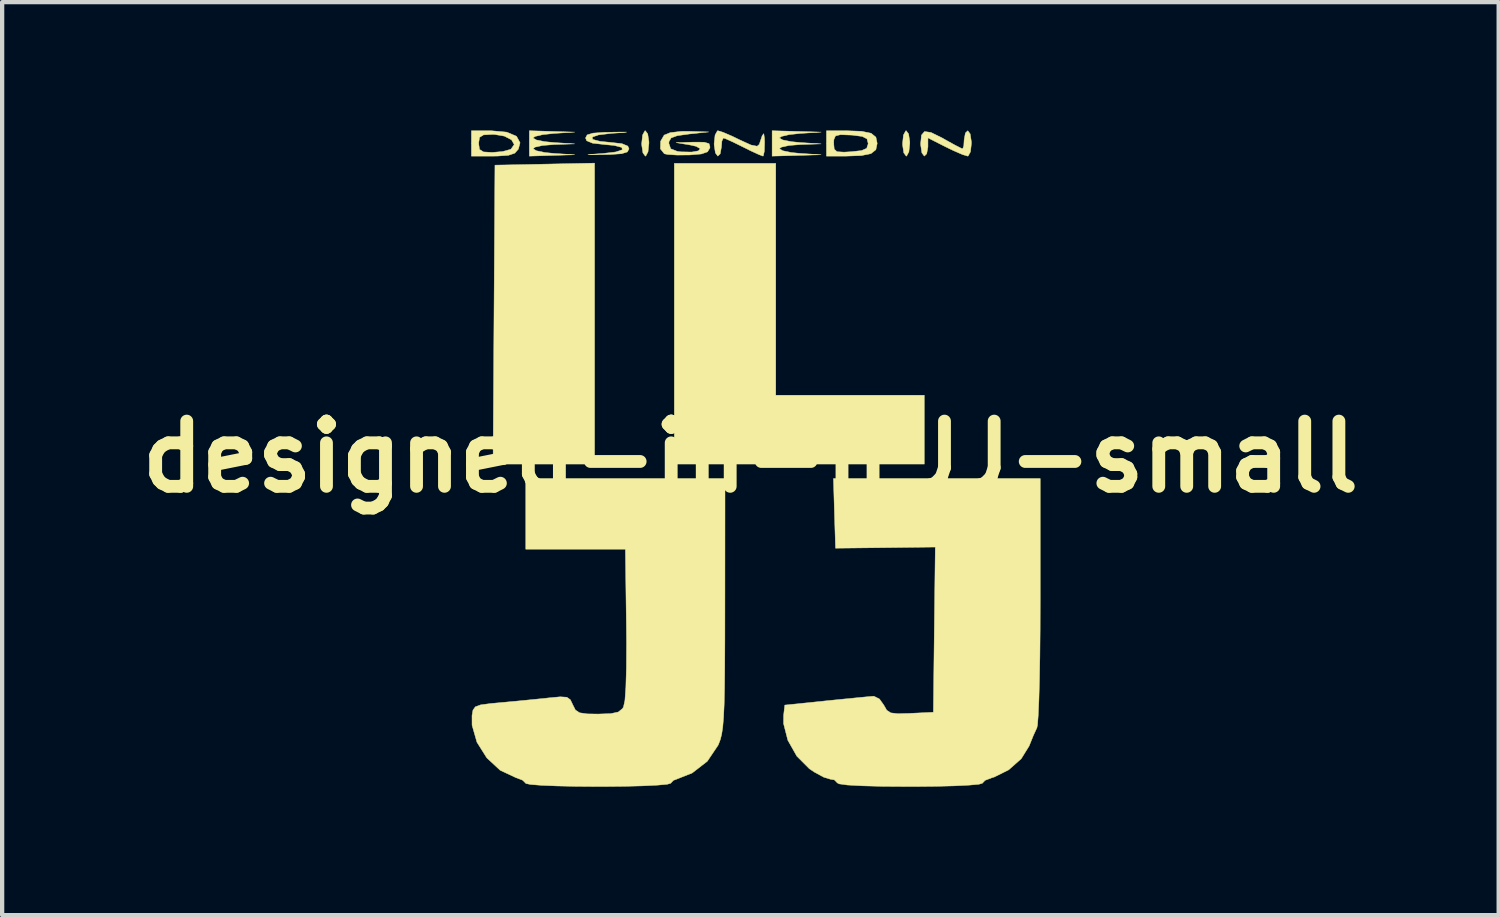
<source format=kicad_pcb>
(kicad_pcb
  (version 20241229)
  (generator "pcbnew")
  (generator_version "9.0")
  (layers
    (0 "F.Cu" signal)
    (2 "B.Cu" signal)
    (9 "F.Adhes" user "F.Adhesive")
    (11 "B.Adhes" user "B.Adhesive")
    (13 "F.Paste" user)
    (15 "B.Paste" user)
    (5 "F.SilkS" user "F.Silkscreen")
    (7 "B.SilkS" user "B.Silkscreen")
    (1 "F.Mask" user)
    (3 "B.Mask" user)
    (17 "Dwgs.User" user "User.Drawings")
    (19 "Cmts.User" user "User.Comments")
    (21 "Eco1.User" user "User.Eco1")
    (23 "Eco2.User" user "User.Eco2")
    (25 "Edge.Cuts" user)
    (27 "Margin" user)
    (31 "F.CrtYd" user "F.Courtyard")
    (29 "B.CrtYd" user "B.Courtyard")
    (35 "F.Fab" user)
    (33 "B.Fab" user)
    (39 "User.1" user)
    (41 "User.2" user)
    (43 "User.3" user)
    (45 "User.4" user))
  (footprint "designed-in-ILJJ-small"
    (layer "F.Cu")
    (at 14.485 7.625)
    (property "Reference" "designed-in-ILJJ-small" (at 0 0 0) (layer "F.SilkS") (effects (font (size 1.524 1.524) (thickness 0.3))))
    (attr through_hole)
    (fp_poly (pts (xy -3.641 0.169) (xy -6.013 0.169) (xy -5.969 -6.816) (xy -3.641 -6.863) (xy -3.641 0.169)) (stroke (width 0.01) (type solid)) (fill yes) (layer "F.SilkS"))
    (fp_poly (pts (xy 0.593 -1.439) (xy 4.064 -1.439) (xy 4.064 0.169) (xy -1.778 0.169) (xy -1.778 -6.858) (xy 0.593 -6.858) (xy 0.593 -1.439)) (stroke (width 0.01) (type solid)) (fill yes) (layer "F.SilkS"))
    (fp_poly (pts (xy -2.399 -7.546) (xy -2.371 -7.363) (xy -2.371 -7.324) (xy -2.392 -7.128) (xy -2.444 -7.03) (xy -2.455 -7.027) (xy -2.511 -7.102) (xy -2.539 -7.285) (xy -2.54 -7.324) (xy -2.519 -7.52) (xy -2.466 -7.617) (xy -2.455 -7.62) (xy -2.399 -7.546)) (stroke (width 0.01) (type solid)) (fill yes) (layer "F.SilkS"))
    (fp_poly (pts (xy 3.697 -7.546) (xy 3.725 -7.363) (xy 3.725 -7.324) (xy 3.704 -7.128) (xy 3.652 -7.03) (xy 3.641 -7.027) (xy 3.585 -7.102) (xy 3.557 -7.285) (xy 3.556 -7.324) (xy 3.577 -7.52) (xy 3.63 -7.617) (xy 3.641 -7.62) (xy 3.697 -7.546)) (stroke (width 0.01) (type solid)) (fill yes) (layer "F.SilkS"))
    (fp_poly (pts (xy 1.651 -7.588) (xy 1.164 -7.557) (xy 0.903 -7.529) (xy 0.726 -7.487) (xy 0.677 -7.451) (xy 0.754 -7.405) (xy 0.953 -7.365) (xy 1.164 -7.344) (xy 1.651 -7.313) (xy 1.164 -7.297) (xy 0.903 -7.276) (xy 0.726 -7.237) (xy 0.677 -7.201) (xy 0.754 -7.153) (xy 0.953 -7.111) (xy 1.164 -7.09) (xy 1.651 -7.059) (xy 0.508 -7.027) (xy 0.508 -7.62) (xy 1.651 -7.588)) (stroke (width 0.01) (type solid)) (fill yes) (layer "F.SilkS"))
    (fp_poly (pts (xy -4.636 -7.604) (xy -4.106 -7.588) (xy -4.593 -7.557) (xy -4.855 -7.529) (xy -5.031 -7.487) (xy -5.08 -7.451) (xy -5.003 -7.405) (xy -4.804 -7.365) (xy -4.593 -7.344) (xy -4.106 -7.313) (xy -4.593 -7.297) (xy -4.855 -7.276) (xy -5.032 -7.237) (xy -5.08 -7.201) (xy -5.003 -7.153) (xy -4.804 -7.111) (xy -4.593 -7.09) (xy -4.106 -7.059) (xy -4.636 -7.043) (xy -5.165 -7.027) (xy -5.165 -7.62) (xy -4.636 -7.604)) (stroke (width 0.01) (type solid)) (fill yes) (layer "F.SilkS"))
    (fp_poly (pts (xy 5.136 -7.546) (xy 5.164 -7.363) (xy 5.165 -7.324) (xy 5.143 -7.128) (xy 5.089 -7.03) (xy 5.077 -7.027) (xy 4.958 -7.063) (xy 4.744 -7.156) (xy 4.569 -7.24) (xy 4.149 -7.454) (xy 4.149 -7.24) (xy 4.12 -7.081) (xy 4.064 -7.027) (xy 4.008 -7.102) (xy 3.98 -7.285) (xy 3.979 -7.324) (xy 3.998 -7.518) (xy 4.07 -7.602) (xy 4.222 -7.579) (xy 4.479 -7.453) (xy 4.559 -7.407) (xy 4.777 -7.286) (xy 4.926 -7.21) (xy 4.962 -7.197) (xy 4.987 -7.269) (xy 4.995 -7.408) (xy 5.024 -7.567) (xy 5.08 -7.62) (xy 5.136 -7.546)) (stroke (width 0.01) (type solid)) (fill yes) (layer "F.SilkS"))
    (fp_poly (pts (xy -5.694 -7.587) (xy -5.465 -7.491) (xy -5.382 -7.339) (xy -5.422 -7.191) (xy -5.505 -7.096) (xy -5.654 -7.046) (xy -5.913 -7.028) (xy -6.014 -7.027) (xy -6.519 -7.027) (xy -6.519 -7.324) (xy -6.35 -7.324) (xy -6.33 -7.184) (xy -6.237 -7.125) (xy -6.032 -7.113) (xy -5.79 -7.134) (xy -5.61 -7.183) (xy -5.593 -7.192) (xy -5.519 -7.298) (xy -5.581 -7.407) (xy -5.748 -7.494) (xy -5.989 -7.535) (xy -6.022 -7.535) (xy -6.236 -7.523) (xy -6.329 -7.465) (xy -6.35 -7.33) (xy -6.35 -7.324) (xy -6.519 -7.324) (xy -6.519 -7.62) (xy -6.06 -7.62) (xy -5.694 -7.587)) (stroke (width 0.01) (type solid)) (fill yes) (layer "F.SilkS"))
    (fp_poly (pts (xy -0.64 -7.584) (xy -0.426 -7.492) (xy -0.249 -7.406) (xy 0.012 -7.287) (xy 0.157 -7.258) (xy 0.207 -7.3) (xy 0.276 -7.506) (xy 0.313 -7.552) (xy 0.329 -7.442) (xy 0.332 -7.345) (xy 0.326 -7.141) (xy 0.302 -7.033) (xy 0.294 -7.027) (xy 0.199 -7.063) (xy 0.003 -7.153) (xy -0.169 -7.239) (xy -0.407 -7.356) (xy -0.578 -7.433) (xy -0.632 -7.451) (xy -0.666 -7.378) (xy -0.677 -7.239) (xy -0.706 -7.08) (xy -0.762 -7.027) (xy -0.818 -7.102) (xy -0.846 -7.285) (xy -0.847 -7.324) (xy -0.825 -7.52) (xy -0.771 -7.617) (xy -0.759 -7.62) (xy -0.64 -7.584)) (stroke (width 0.01) (type solid)) (fill yes) (layer "F.SilkS"))
    (fp_poly (pts (xy 2.598 -7.607) (xy 2.821 -7.561) (xy 2.933 -7.47) (xy 2.963 -7.324) (xy 2.932 -7.176) (xy 2.819 -7.086) (xy 2.596 -7.04) (xy 2.237 -7.027) (xy 1.778 -7.027) (xy 1.778 -7.324) (xy 1.947 -7.324) (xy 1.959 -7.191) (xy 2.024 -7.13) (xy 2.186 -7.12) (xy 2.349 -7.129) (xy 2.597 -7.156) (xy 2.718 -7.209) (xy 2.751 -7.31) (xy 2.752 -7.324) (xy 2.725 -7.43) (xy 2.615 -7.487) (xy 2.383 -7.517) (xy 2.349 -7.519) (xy 2.107 -7.528) (xy 1.989 -7.5) (xy 1.951 -7.413) (xy 1.947 -7.324) (xy 1.778 -7.324) (xy 1.778 -7.62) (xy 2.237 -7.62) (xy 2.598 -7.607)) (stroke (width 0.01) (type solid)) (fill yes) (layer "F.SilkS"))
    (fp_poly (pts (xy -0.974 -7.592) (xy -1.439 -7.543) (xy -1.711 -7.504) (xy -1.852 -7.452) (xy -1.902 -7.367) (xy -1.905 -7.324) (xy -1.862 -7.198) (xy -1.707 -7.138) (xy -1.622 -7.127) (xy -1.371 -7.122) (xy -1.214 -7.15) (xy -1.172 -7.2) (xy -1.265 -7.255) (xy -1.397 -7.285) (xy -1.736 -7.342) (xy -1.327 -7.354) (xy -1.081 -7.352) (xy -0.966 -7.319) (xy -0.944 -7.241) (xy -0.947 -7.218) (xy -1.001 -7.127) (xy -1.145 -7.077) (xy -1.417 -7.054) (xy -1.44 -7.053) (xy -1.719 -7.052) (xy -1.934 -7.066) (xy -2.011 -7.082) (xy -2.103 -7.197) (xy -2.098 -7.375) (xy -2.015 -7.518) (xy -1.872 -7.576) (xy -1.616 -7.605) (xy -1.444 -7.606) (xy -0.974 -7.592)) (stroke (width 0.01) (type solid)) (fill yes) (layer "F.SilkS"))
    (fp_poly (pts (xy -2.892 -7.588) (xy -2.93 -7.582) (xy -3.124 -7.567) (xy -3.239 -7.56) (xy -3.547 -7.523) (xy -3.696 -7.472) (xy -3.685 -7.417) (xy -3.51 -7.371) (xy -3.281 -7.349) (xy -3.002 -7.318) (xy -2.864 -7.261) (xy -2.836 -7.197) (xy -2.875 -7.125) (xy -3.01 -7.083) (xy -3.274 -7.065) (xy -3.387 -7.062) (xy -3.674 -7.059) (xy -3.797 -7.059) (xy -3.759 -7.066) (xy -3.565 -7.08) (xy -3.45 -7.088) (xy -3.142 -7.125) (xy -2.992 -7.176) (xy -3.004 -7.23) (xy -3.179 -7.276) (xy -3.408 -7.298) (xy -3.687 -7.329) (xy -3.825 -7.386) (xy -3.852 -7.451) (xy -3.814 -7.523) (xy -3.679 -7.564) (xy -3.415 -7.583) (xy -3.302 -7.585) (xy -3.014 -7.589) (xy -2.892 -7.588)) (stroke (width 0.01) (type solid)) (fill yes) (layer "F.SilkS"))
    (fp_poly (pts (xy 6.773 3.345) (xy 6.771 4.027) (xy 6.765 4.659) (xy 6.755 5.22) (xy 6.742 5.689) (xy 6.726 6.044) (xy 6.709 6.266) (xy 6.696 6.33) (xy 6.613 6.511) (xy 6.518 6.747) (xy 6.514 6.757) (xy 6.329 7.055) (xy 6.036 7.315) (xy 5.698 7.483) (xy 5.652 7.496) (xy 5.483 7.561) (xy 5.419 7.629) (xy 5.338 7.652) (xy 5.113 7.672) (xy 4.769 7.689) (xy 4.331 7.7) (xy 3.824 7.705) (xy 3.725 7.705) (xy 3.103 7.701) (xy 2.613 7.688) (xy 2.266 7.669) (xy 2.072 7.642) (xy 2.032 7.62) (xy 1.962 7.549) (xy 1.875 7.535) (xy 1.717 7.488) (xy 1.494 7.367) (xy 1.377 7.288) (xy 1.085 6.995) (xy 0.875 6.623) (xy 0.775 6.233) (xy 0.776 6.046) (xy 0.804 5.801) (xy 1.778 5.701) (xy 2.177 5.661) (xy 2.522 5.627) (xy 2.773 5.603) (xy 2.886 5.594) (xy 3.016 5.659) (xy 3.119 5.804) (xy 3.186 5.921) (xy 3.28 5.983) (xy 3.447 6.003) (xy 3.736 5.995) (xy 3.747 5.994) (xy 4.276 5.969) (xy 4.298 4.039) (xy 4.321 2.108) (xy 3.155 2.122) (xy 1.99 2.135) (xy 1.965 1.322) (xy 1.941 0.508) (xy 6.773 0.508) (xy 6.773 3.345)) (stroke (width 0.01) (type solid)) (fill yes) (layer "F.SilkS"))
    (fp_poly (pts (xy -0.595 3.45) (xy -0.596 4.242) (xy -0.599 4.884) (xy -0.604 5.393) (xy -0.613 5.789) (xy -0.627 6.09) (xy -0.646 6.315) (xy -0.671 6.482) (xy -0.703 6.609) (xy -0.744 6.717) (xy -0.754 6.739) (xy -1.007 7.115) (xy -1.361 7.389) (xy -1.635 7.497) (xy -1.801 7.562) (xy -1.863 7.629) (xy -1.943 7.652) (xy -2.168 7.672) (xy -2.512 7.689) (xy -2.95 7.7) (xy -3.458 7.705) (xy -3.556 7.705) (xy -4.073 7.701) (xy -4.526 7.691) (xy -4.889 7.676) (xy -5.138 7.656) (xy -5.247 7.634) (xy -5.249 7.629) (xy -5.322 7.557) (xy -5.482 7.496) (xy -5.847 7.325) (xy -6.16 7.035) (xy -6.39 6.669) (xy -6.504 6.271) (xy -6.505 6.045) (xy -6.483 5.92) (xy -6.428 5.842) (xy -6.303 5.796) (xy -6.07 5.765) (xy -5.842 5.744) (xy -5.442 5.707) (xy -5.027 5.666) (xy -4.72 5.634) (xy -4.444 5.608) (xy -4.288 5.618) (xy -4.206 5.677) (xy -4.15 5.795) (xy -4.089 5.916) (xy -3.992 5.981) (xy -3.813 6.007) (xy -3.561 6.011) (xy -3.262 6.001) (xy -3.086 5.963) (xy -2.988 5.883) (xy -2.965 5.844) (xy -2.932 5.693) (xy -2.91 5.383) (xy -2.897 4.927) (xy -2.894 4.336) (xy -2.898 3.918) (xy -2.921 2.159) (xy -5.249 2.159) (xy -5.249 1.333) (xy -5.249 0.508) (xy -0.593 0.508) (xy -0.595 3.45)) (stroke (width 0.01) (type solid)) (fill yes) (layer "F.SilkS")))
  (gr_rect
    (start -3 -3)
    (end 31.971 18.335)
    (stroke (width 0.1) (type default))
    (fill no)
    (layer "Edge.Cuts")))
</source>
